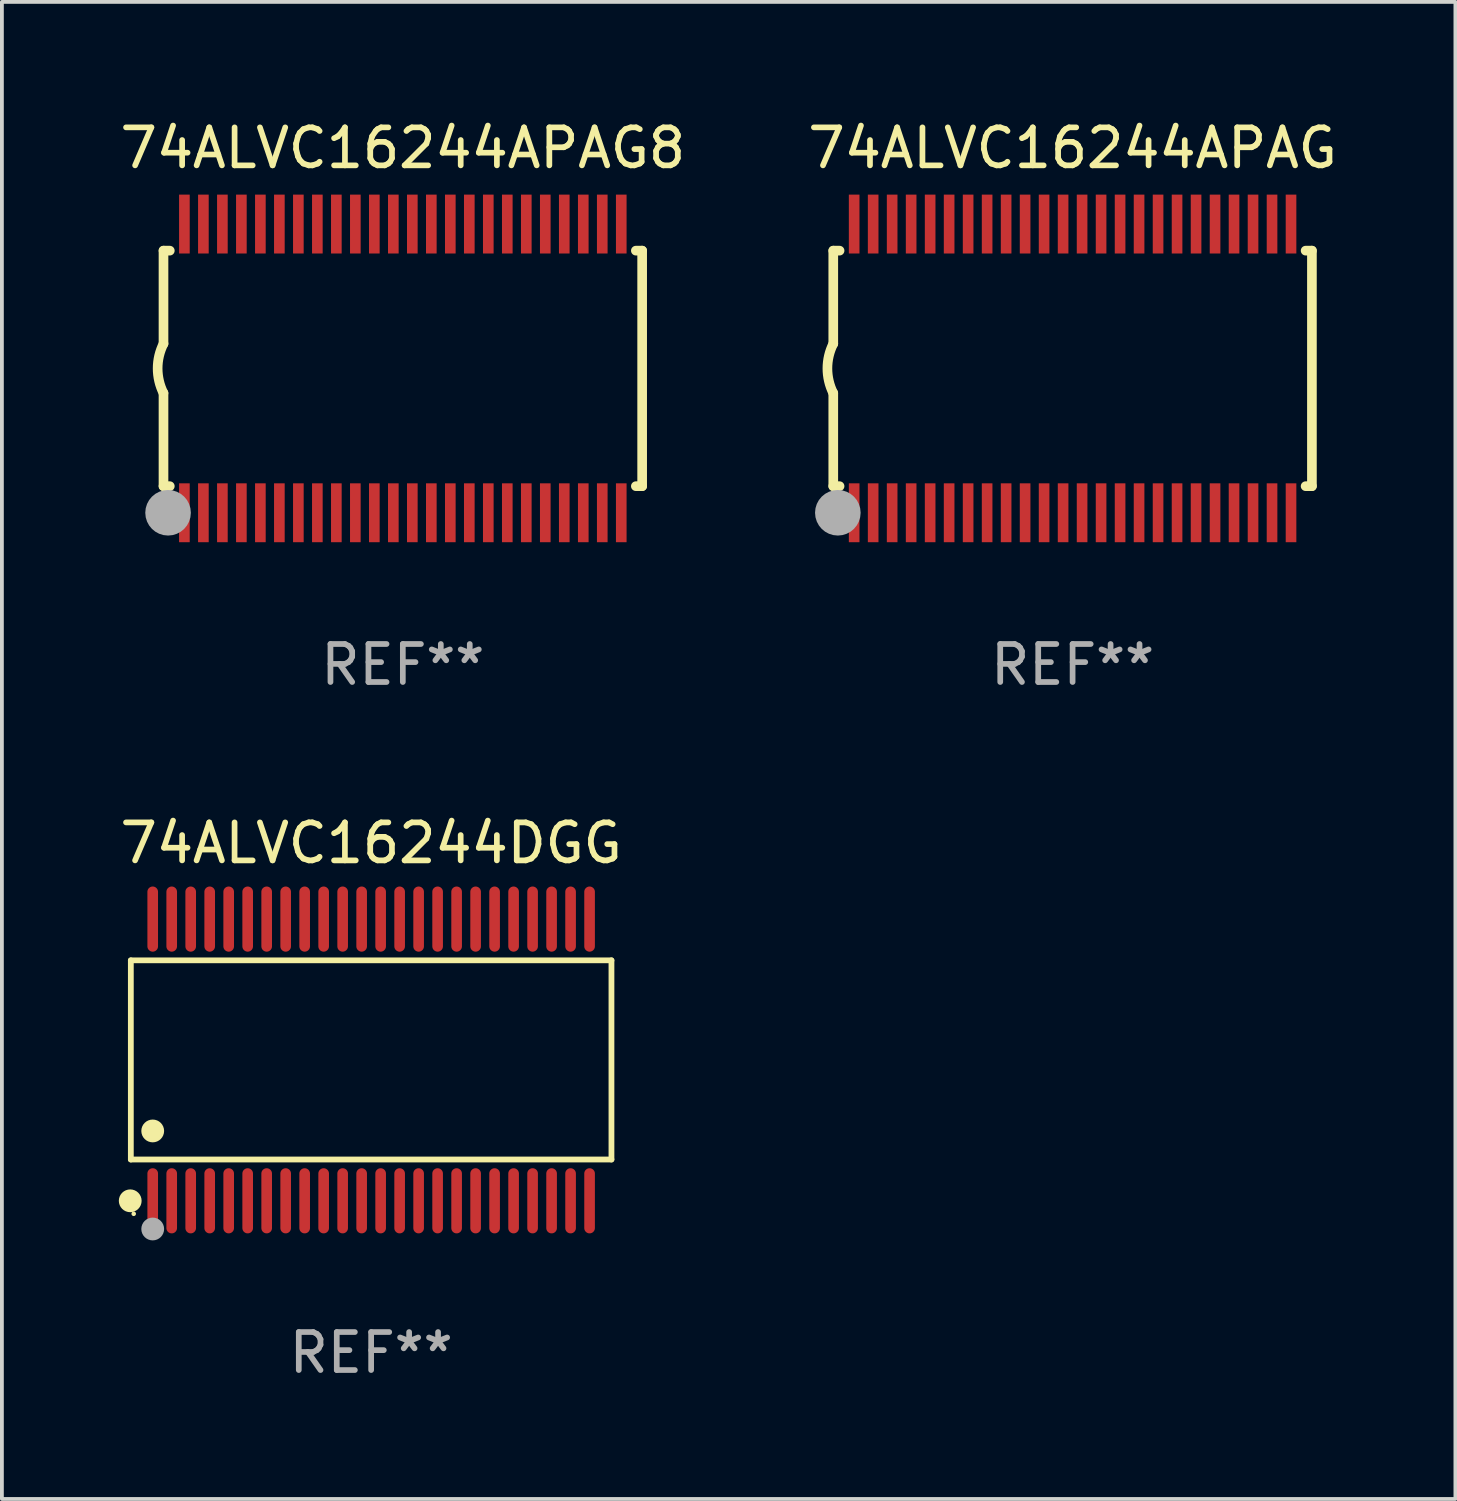
<source format=kicad_pcb>
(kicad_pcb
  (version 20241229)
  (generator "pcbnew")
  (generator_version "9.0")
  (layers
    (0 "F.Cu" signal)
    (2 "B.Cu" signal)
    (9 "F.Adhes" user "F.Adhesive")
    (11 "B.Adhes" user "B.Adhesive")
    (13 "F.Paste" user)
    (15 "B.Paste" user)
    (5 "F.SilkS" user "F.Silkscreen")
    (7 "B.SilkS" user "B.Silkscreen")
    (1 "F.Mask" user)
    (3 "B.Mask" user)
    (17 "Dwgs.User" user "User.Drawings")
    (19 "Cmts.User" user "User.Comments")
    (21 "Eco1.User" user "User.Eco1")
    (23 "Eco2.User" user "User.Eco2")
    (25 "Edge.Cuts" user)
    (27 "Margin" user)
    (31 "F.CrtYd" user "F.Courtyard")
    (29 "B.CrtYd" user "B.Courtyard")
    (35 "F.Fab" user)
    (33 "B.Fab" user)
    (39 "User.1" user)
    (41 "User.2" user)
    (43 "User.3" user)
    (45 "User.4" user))
  (footprint "74ALVC16244APAG8"
    (layer "F.Cu")
    (at 7.554 6.648)
    (property "Reference" "74ALVC16244APAG8" (at 0 -5.8 0) (layer "F.SilkS") (effects (font (size 1 1) (thickness 0.15))))
    (attr through_hole)
    (fp_line (start -6.3 -3.1) (end -6.3 -0.65) (stroke (width 0.254) (type solid)) (layer "F.SilkS"))
    (fp_line (start -6.3 -3.1) (end -6.134 -3.1) (stroke (width 0.254) (type solid)) (layer "F.SilkS"))
    (fp_line (start -6.3 3.1) (end -6.3 0.65) (stroke (width 0.254) (type solid)) (layer "F.SilkS"))
    (fp_line (start -6.3 3.1) (end -6.134 3.1) (stroke (width 0.254) (type solid)) (layer "F.SilkS"))
    (fp_line (start 6.134 -3.1) (end 6.3 -3.1) (stroke (width 0.254) (type solid)) (layer "F.SilkS"))
    (fp_line (start 6.134 3.1) (end 6.3 3.1) (stroke (width 0.254) (type solid)) (layer "F.SilkS"))
    (fp_line (start 6.3 -3.1) (end 6.3 3.1) (stroke (width 0.254) (type solid)) (layer "F.SilkS"))
    (fp_arc (start -6.301016 0.650114) (mid -6.45413 -0.000082) (end -6.3 -0.650038) (stroke (width 0.254001) (type solid)) (layer "F.SilkS"))
    (fp_circle (center -6.35 3.81) (end -6.223 3.81) (stroke (width 0.254) (type solid)) (fill no) (layer "F.SilkS"))
    (fp_circle (center -6.25 4.05) (end -6.22 4.05) (stroke (width 0.06) (type solid)) (fill no) (layer "F.SilkS"))
    (fp_circle (center -6.18 3.8) (end -5.88 3.8) (stroke (width 0.6) (type solid)) (fill no) (layer "F.Fab"))
    (fp_text user "REF**" (at 0 7.8 0) (layer "F.Fab") (effects (font (size 1 1) (thickness 0.15))))
    (pad "1" smd rect (at -5.75 3.8) (size 0.28 1.55) (layers "F.Cu" "F.Mask" "F.Paste"))
    (pad "2" smd rect (at -5.25 3.8) (size 0.28 1.55) (layers "F.Cu" "F.Mask" "F.Paste"))
    (pad "3" smd rect (at -4.75 3.8) (size 0.28 1.55) (layers "F.Cu" "F.Mask" "F.Paste"))
    (pad "4" smd rect (at -4.25 3.8) (size 0.28 1.55) (layers "F.Cu" "F.Mask" "F.Paste"))
    (pad "5" smd rect (at -3.75 3.8) (size 0.28 1.55) (layers "F.Cu" "F.Mask" "F.Paste"))
    (pad "6" smd rect (at -3.25 3.8) (size 0.28 1.55) (layers "F.Cu" "F.Mask" "F.Paste"))
    (pad "7" smd rect (at -2.75 3.8) (size 0.28 1.55) (layers "F.Cu" "F.Mask" "F.Paste"))
    (pad "8" smd rect (at -2.25 3.8) (size 0.28 1.55) (layers "F.Cu" "F.Mask" "F.Paste"))
    (pad "9" smd rect (at -1.75 3.8) (size 0.28 1.55) (layers "F.Cu" "F.Mask" "F.Paste"))
    (pad "10" smd rect (at -1.25 3.8) (size 0.28 1.55) (layers "F.Cu" "F.Mask" "F.Paste"))
    (pad "11" smd rect (at -0.75 3.8) (size 0.28 1.55) (layers "F.Cu" "F.Mask" "F.Paste"))
    (pad "12" smd rect (at -0.25 3.8) (size 0.28 1.55) (layers "F.Cu" "F.Mask" "F.Paste"))
    (pad "13" smd rect (at 0.25 3.8) (size 0.28 1.55) (layers "F.Cu" "F.Mask" "F.Paste"))
    (pad "14" smd rect (at 0.75 3.8) (size 0.28 1.55) (layers "F.Cu" "F.Mask" "F.Paste"))
    (pad "15" smd rect (at 1.25 3.8) (size 0.28 1.55) (layers "F.Cu" "F.Mask" "F.Paste"))
    (pad "16" smd rect (at 1.75 3.8) (size 0.28 1.55) (layers "F.Cu" "F.Mask" "F.Paste"))
    (pad "17" smd rect (at 2.25 3.8) (size 0.28 1.55) (layers "F.Cu" "F.Mask" "F.Paste"))
    (pad "18" smd rect (at 2.75 3.8) (size 0.28 1.55) (layers "F.Cu" "F.Mask" "F.Paste"))
    (pad "19" smd rect (at 3.25 3.8) (size 0.28 1.55) (layers "F.Cu" "F.Mask" "F.Paste"))
    (pad "20" smd rect (at 3.75 3.8) (size 0.28 1.55) (layers "F.Cu" "F.Mask" "F.Paste"))
    (pad "21" smd rect (at 4.25 3.8) (size 0.28 1.55) (layers "F.Cu" "F.Mask" "F.Paste"))
    (pad "22" smd rect (at 4.75 3.8) (size 0.28 1.55) (layers "F.Cu" "F.Mask" "F.Paste"))
    (pad "23" smd rect (at 5.25 3.8) (size 0.28 1.55) (layers "F.Cu" "F.Mask" "F.Paste"))
    (pad "24" smd rect (at 5.75 3.8) (size 0.28 1.55) (layers "F.Cu" "F.Mask" "F.Paste"))
    (pad "25" smd rect (at 5.75 -3.8) (size 0.28 1.55) (layers "F.Cu" "F.Mask" "F.Paste"))
    (pad "26" smd rect (at 5.25 -3.8) (size 0.28 1.55) (layers "F.Cu" "F.Mask" "F.Paste"))
    (pad "27" smd rect (at 4.75 -3.8) (size 0.28 1.55) (layers "F.Cu" "F.Mask" "F.Paste"))
    (pad "28" smd rect (at 4.25 -3.8) (size 0.28 1.55) (layers "F.Cu" "F.Mask" "F.Paste"))
    (pad "29" smd rect (at 3.75 -3.8) (size 0.28 1.55) (layers "F.Cu" "F.Mask" "F.Paste"))
    (pad "30" smd rect (at 3.25 -3.8) (size 0.28 1.55) (layers "F.Cu" "F.Mask" "F.Paste"))
    (pad "31" smd rect (at 2.75 -3.8) (size 0.28 1.55) (layers "F.Cu" "F.Mask" "F.Paste"))
    (pad "32" smd rect (at 2.25 -3.8) (size 0.28 1.55) (layers "F.Cu" "F.Mask" "F.Paste"))
    (pad "33" smd rect (at 1.75 -3.8) (size 0.28 1.55) (layers "F.Cu" "F.Mask" "F.Paste"))
    (pad "34" smd rect (at 1.25 -3.8) (size 0.28 1.55) (layers "F.Cu" "F.Mask" "F.Paste"))
    (pad "35" smd rect (at 0.75 -3.8) (size 0.28 1.55) (layers "F.Cu" "F.Mask" "F.Paste"))
    (pad "36" smd rect (at 0.25 -3.8) (size 0.28 1.55) (layers "F.Cu" "F.Mask" "F.Paste"))
    (pad "37" smd rect (at -0.25 -3.8) (size 0.28 1.55) (layers "F.Cu" "F.Mask" "F.Paste"))
    (pad "38" smd rect (at -0.75 -3.8) (size 0.28 1.55) (layers "F.Cu" "F.Mask" "F.Paste"))
    (pad "39" smd rect (at -1.25 -3.8) (size 0.28 1.55) (layers "F.Cu" "F.Mask" "F.Paste"))
    (pad "40" smd rect (at -1.75 -3.8) (size 0.28 1.55) (layers "F.Cu" "F.Mask" "F.Paste"))
    (pad "41" smd rect (at -2.25 -3.8) (size 0.28 1.55) (layers "F.Cu" "F.Mask" "F.Paste"))
    (pad "42" smd rect (at -2.75 -3.8) (size 0.28 1.55) (layers "F.Cu" "F.Mask" "F.Paste"))
    (pad "43" smd rect (at -3.25 -3.8) (size 0.28 1.55) (layers "F.Cu" "F.Mask" "F.Paste"))
    (pad "44" smd rect (at -3.75 -3.8) (size 0.28 1.55) (layers "F.Cu" "F.Mask" "F.Paste"))
    (pad "45" smd rect (at -4.25 -3.8) (size 0.28 1.55) (layers "F.Cu" "F.Mask" "F.Paste"))
    (pad "46" smd rect (at -4.75 -3.8) (size 0.28 1.55) (layers "F.Cu" "F.Mask" "F.Paste"))
    (pad "47" smd rect (at -5.25 -3.8) (size 0.28 1.55) (layers "F.Cu" "F.Mask" "F.Paste"))
    (pad "48" smd rect (at -5.75 -3.8) (size 0.28 1.55) (layers "F.Cu" "F.Mask" "F.Paste")))
  (footprint "74ALVC16244DGG"
    (layer "F.Cu")
    (at 6.72 24.852)
    (property "Reference" "74ALVC16244DGG" (at 0 -5.708 0) (layer "F.SilkS") (effects (font (size 1 1) (thickness 0.15))))
    (attr through_hole)
    (fp_line (start -6.326 -2.622) (end 6.326 -2.622) (stroke (width 0.152) (type solid)) (layer "F.SilkS"))
    (fp_line (start -6.326 2.621) (end -6.326 -2.622) (stroke (width 0.152) (type solid)) (layer "F.SilkS"))
    (fp_line (start 6.326 -2.622) (end 6.326 2.621) (stroke (width 0.152) (type solid)) (layer "F.SilkS"))
    (fp_line (start 6.326 2.621) (end -6.326 2.621) (stroke (width 0.152) (type solid)) (layer "F.SilkS"))
    (fp_circle (center -6.342 3.708) (end -6.192 3.708) (stroke (width 0.3) (type solid)) (fill no) (layer "F.SilkS"))
    (fp_circle (center -6.25 4.05) (end -6.22 4.05) (stroke (width 0.06) (type solid)) (fill no) (layer "F.SilkS"))
    (fp_circle (center -5.75 1.869) (end -5.6 1.869) (stroke (width 0.3) (type solid)) (fill no) (layer "F.SilkS"))
    (fp_circle (center -5.75 4.45) (end -5.6 4.45) (stroke (width 0.3) (type solid)) (fill no) (layer "F.Fab"))
    (fp_text user "REF**" (at 0 7.708 0) (layer "F.Fab") (effects (font (size 1 1) (thickness 0.15))))
    (pad "1" smd oval (at -5.75 3.708) (size 0.28 1.715) (layers "F.Cu" "F.Mask" "F.Paste"))
    (pad "2" smd oval (at -5.25 3.708) (size 0.28 1.715) (layers "F.Cu" "F.Mask" "F.Paste"))
    (pad "3" smd oval (at -4.75 3.708) (size 0.28 1.715) (layers "F.Cu" "F.Mask" "F.Paste"))
    (pad "4" smd oval (at -4.25 3.708) (size 0.28 1.715) (layers "F.Cu" "F.Mask" "F.Paste"))
    (pad "5" smd oval (at -3.75 3.708) (size 0.28 1.715) (layers "F.Cu" "F.Mask" "F.Paste"))
    (pad "6" smd oval (at -3.25 3.708) (size 0.28 1.715) (layers "F.Cu" "F.Mask" "F.Paste"))
    (pad "7" smd oval (at -2.75 3.708) (size 0.28 1.715) (layers "F.Cu" "F.Mask" "F.Paste"))
    (pad "8" smd oval (at -2.25 3.708) (size 0.28 1.715) (layers "F.Cu" "F.Mask" "F.Paste"))
    (pad "9" smd oval (at -1.75 3.708) (size 0.28 1.715) (layers "F.Cu" "F.Mask" "F.Paste"))
    (pad "10" smd oval (at -1.25 3.708) (size 0.28 1.715) (layers "F.Cu" "F.Mask" "F.Paste"))
    (pad "11" smd oval (at -0.75 3.708) (size 0.28 1.715) (layers "F.Cu" "F.Mask" "F.Paste"))
    (pad "12" smd oval (at -0.25 3.708) (size 0.28 1.715) (layers "F.Cu" "F.Mask" "F.Paste"))
    (pad "13" smd oval (at 0.25 3.708) (size 0.28 1.715) (layers "F.Cu" "F.Mask" "F.Paste"))
    (pad "14" smd oval (at 0.75 3.708) (size 0.28 1.715) (layers "F.Cu" "F.Mask" "F.Paste"))
    (pad "15" smd oval (at 1.25 3.708) (size 0.28 1.715) (layers "F.Cu" "F.Mask" "F.Paste"))
    (pad "16" smd oval (at 1.75 3.708) (size 0.28 1.715) (layers "F.Cu" "F.Mask" "F.Paste"))
    (pad "17" smd oval (at 2.25 3.708) (size 0.28 1.715) (layers "F.Cu" "F.Mask" "F.Paste"))
    (pad "18" smd oval (at 2.75 3.708) (size 0.28 1.715) (layers "F.Cu" "F.Mask" "F.Paste"))
    (pad "19" smd oval (at 3.25 3.708) (size 0.28 1.715) (layers "F.Cu" "F.Mask" "F.Paste"))
    (pad "20" smd oval (at 3.75 3.708) (size 0.28 1.715) (layers "F.Cu" "F.Mask" "F.Paste"))
    (pad "21" smd oval (at 4.25 3.708) (size 0.28 1.715) (layers "F.Cu" "F.Mask" "F.Paste"))
    (pad "22" smd oval (at 4.75 3.708) (size 0.28 1.715) (layers "F.Cu" "F.Mask" "F.Paste"))
    (pad "23" smd oval (at 5.25 3.708) (size 0.28 1.715) (layers "F.Cu" "F.Mask" "F.Paste"))
    (pad "24" smd oval (at 5.75 3.708) (size 0.28 1.715) (layers "F.Cu" "F.Mask" "F.Paste"))
    (pad "25" smd oval (at 5.75 -3.708) (size 0.28 1.715) (layers "F.Cu" "F.Mask" "F.Paste"))
    (pad "26" smd oval (at 5.25 -3.708) (size 0.28 1.715) (layers "F.Cu" "F.Mask" "F.Paste"))
    (pad "27" smd oval (at 4.75 -3.708) (size 0.28 1.715) (layers "F.Cu" "F.Mask" "F.Paste"))
    (pad "28" smd oval (at 4.25 -3.708) (size 0.28 1.715) (layers "F.Cu" "F.Mask" "F.Paste"))
    (pad "29" smd oval (at 3.75 -3.708) (size 0.28 1.715) (layers "F.Cu" "F.Mask" "F.Paste"))
    (pad "30" smd oval (at 3.25 -3.708) (size 0.28 1.715) (layers "F.Cu" "F.Mask" "F.Paste"))
    (pad "31" smd oval (at 2.75 -3.708) (size 0.28 1.715) (layers "F.Cu" "F.Mask" "F.Paste"))
    (pad "32" smd oval (at 2.25 -3.708) (size 0.28 1.715) (layers "F.Cu" "F.Mask" "F.Paste"))
    (pad "33" smd oval (at 1.75 -3.708) (size 0.28 1.715) (layers "F.Cu" "F.Mask" "F.Paste"))
    (pad "34" smd oval (at 1.25 -3.708) (size 0.28 1.715) (layers "F.Cu" "F.Mask" "F.Paste"))
    (pad "35" smd oval (at 0.75 -3.708) (size 0.28 1.715) (layers "F.Cu" "F.Mask" "F.Paste"))
    (pad "36" smd oval (at 0.25 -3.708) (size 0.28 1.715) (layers "F.Cu" "F.Mask" "F.Paste"))
    (pad "37" smd oval (at -0.25 -3.708) (size 0.28 1.715) (layers "F.Cu" "F.Mask" "F.Paste"))
    (pad "38" smd oval (at -0.75 -3.708) (size 0.28 1.715) (layers "F.Cu" "F.Mask" "F.Paste"))
    (pad "39" smd oval (at -1.25 -3.708) (size 0.28 1.715) (layers "F.Cu" "F.Mask" "F.Paste"))
    (pad "40" smd oval (at -1.75 -3.708) (size 0.28 1.715) (layers "F.Cu" "F.Mask" "F.Paste"))
    (pad "41" smd oval (at -2.25 -3.708) (size 0.28 1.715) (layers "F.Cu" "F.Mask" "F.Paste"))
    (pad "42" smd oval (at -2.75 -3.708) (size 0.28 1.715) (layers "F.Cu" "F.Mask" "F.Paste"))
    (pad "43" smd oval (at -3.25 -3.708) (size 0.28 1.715) (layers "F.Cu" "F.Mask" "F.Paste"))
    (pad "44" smd oval (at -3.75 -3.708) (size 0.28 1.715) (layers "F.Cu" "F.Mask" "F.Paste"))
    (pad "45" smd oval (at -4.25 -3.708) (size 0.28 1.715) (layers "F.Cu" "F.Mask" "F.Paste"))
    (pad "46" smd oval (at -4.75 -3.708) (size 0.28 1.715) (layers "F.Cu" "F.Mask" "F.Paste"))
    (pad "47" smd oval (at -5.25 -3.708) (size 0.28 1.715) (layers "F.Cu" "F.Mask" "F.Paste"))
    (pad "48" smd oval (at -5.75 -3.708) (size 0.28 1.715) (layers "F.Cu" "F.Mask" "F.Paste")))
  (footprint "74ALVC16244APAG"
    (layer "F.Cu")
    (at 25.185 6.648)
    (property "Reference" "74ALVC16244APAG" (at 0 -5.8 0) (layer "F.SilkS") (effects (font (size 1 1) (thickness 0.15))))
    (attr through_hole)
    (fp_line (start -6.3 -3.1) (end -6.3 -0.65) (stroke (width 0.254) (type solid)) (layer "F.SilkS"))
    (fp_line (start -6.3 -3.1) (end -6.134 -3.1) (stroke (width 0.254) (type solid)) (layer "F.SilkS"))
    (fp_line (start -6.3 3.1) (end -6.3 0.65) (stroke (width 0.254) (type solid)) (layer "F.SilkS"))
    (fp_line (start -6.3 3.1) (end -6.134 3.1) (stroke (width 0.254) (type solid)) (layer "F.SilkS"))
    (fp_line (start 6.134 -3.1) (end 6.3 -3.1) (stroke (width 0.254) (type solid)) (layer "F.SilkS"))
    (fp_line (start 6.134 3.1) (end 6.3 3.1) (stroke (width 0.254) (type solid)) (layer "F.SilkS"))
    (fp_line (start 6.3 -3.1) (end 6.3 3.1) (stroke (width 0.254) (type solid)) (layer "F.SilkS"))
    (fp_arc (start -6.301016 0.650114) (mid -6.45413 -0.000082) (end -6.3 -0.650038) (stroke (width 0.254001) (type solid)) (layer "F.SilkS"))
    (fp_circle (center -6.35 3.81) (end -6.223 3.81) (stroke (width 0.254) (type solid)) (fill no) (layer "F.SilkS"))
    (fp_circle (center -6.25 4.05) (end -6.22 4.05) (stroke (width 0.06) (type solid)) (fill no) (layer "F.SilkS"))
    (fp_circle (center -6.18 3.8) (end -5.88 3.8) (stroke (width 0.6) (type solid)) (fill no) (layer "F.Fab"))
    (fp_text user "REF**" (at 0 7.8 0) (layer "F.Fab") (effects (font (size 1 1) (thickness 0.15))))
    (pad "1" smd rect (at -5.75 3.8) (size 0.28 1.55) (layers "F.Cu" "F.Mask" "F.Paste"))
    (pad "2" smd rect (at -5.25 3.8) (size 0.28 1.55) (layers "F.Cu" "F.Mask" "F.Paste"))
    (pad "3" smd rect (at -4.75 3.8) (size 0.28 1.55) (layers "F.Cu" "F.Mask" "F.Paste"))
    (pad "4" smd rect (at -4.25 3.8) (size 0.28 1.55) (layers "F.Cu" "F.Mask" "F.Paste"))
    (pad "5" smd rect (at -3.75 3.8) (size 0.28 1.55) (layers "F.Cu" "F.Mask" "F.Paste"))
    (pad "6" smd rect (at -3.25 3.8) (size 0.28 1.55) (layers "F.Cu" "F.Mask" "F.Paste"))
    (pad "7" smd rect (at -2.75 3.8) (size 0.28 1.55) (layers "F.Cu" "F.Mask" "F.Paste"))
    (pad "8" smd rect (at -2.25 3.8) (size 0.28 1.55) (layers "F.Cu" "F.Mask" "F.Paste"))
    (pad "9" smd rect (at -1.75 3.8) (size 0.28 1.55) (layers "F.Cu" "F.Mask" "F.Paste"))
    (pad "10" smd rect (at -1.25 3.8) (size 0.28 1.55) (layers "F.Cu" "F.Mask" "F.Paste"))
    (pad "11" smd rect (at -0.75 3.8) (size 0.28 1.55) (layers "F.Cu" "F.Mask" "F.Paste"))
    (pad "12" smd rect (at -0.25 3.8) (size 0.28 1.55) (layers "F.Cu" "F.Mask" "F.Paste"))
    (pad "13" smd rect (at 0.25 3.8) (size 0.28 1.55) (layers "F.Cu" "F.Mask" "F.Paste"))
    (pad "14" smd rect (at 0.75 3.8) (size 0.28 1.55) (layers "F.Cu" "F.Mask" "F.Paste"))
    (pad "15" smd rect (at 1.25 3.8) (size 0.28 1.55) (layers "F.Cu" "F.Mask" "F.Paste"))
    (pad "16" smd rect (at 1.75 3.8) (size 0.28 1.55) (layers "F.Cu" "F.Mask" "F.Paste"))
    (pad "17" smd rect (at 2.25 3.8) (size 0.28 1.55) (layers "F.Cu" "F.Mask" "F.Paste"))
    (pad "18" smd rect (at 2.75 3.8) (size 0.28 1.55) (layers "F.Cu" "F.Mask" "F.Paste"))
    (pad "19" smd rect (at 3.25 3.8) (size 0.28 1.55) (layers "F.Cu" "F.Mask" "F.Paste"))
    (pad "20" smd rect (at 3.75 3.8) (size 0.28 1.55) (layers "F.Cu" "F.Mask" "F.Paste"))
    (pad "21" smd rect (at 4.25 3.8) (size 0.28 1.55) (layers "F.Cu" "F.Mask" "F.Paste"))
    (pad "22" smd rect (at 4.75 3.8) (size 0.28 1.55) (layers "F.Cu" "F.Mask" "F.Paste"))
    (pad "23" smd rect (at 5.25 3.8) (size 0.28 1.55) (layers "F.Cu" "F.Mask" "F.Paste"))
    (pad "24" smd rect (at 5.75 3.8) (size 0.28 1.55) (layers "F.Cu" "F.Mask" "F.Paste"))
    (pad "25" smd rect (at 5.75 -3.8) (size 0.28 1.55) (layers "F.Cu" "F.Mask" "F.Paste"))
    (pad "26" smd rect (at 5.25 -3.8) (size 0.28 1.55) (layers "F.Cu" "F.Mask" "F.Paste"))
    (pad "27" smd rect (at 4.75 -3.8) (size 0.28 1.55) (layers "F.Cu" "F.Mask" "F.Paste"))
    (pad "28" smd rect (at 4.25 -3.8) (size 0.28 1.55) (layers "F.Cu" "F.Mask" "F.Paste"))
    (pad "29" smd rect (at 3.75 -3.8) (size 0.28 1.55) (layers "F.Cu" "F.Mask" "F.Paste"))
    (pad "30" smd rect (at 3.25 -3.8) (size 0.28 1.55) (layers "F.Cu" "F.Mask" "F.Paste"))
    (pad "31" smd rect (at 2.75 -3.8) (size 0.28 1.55) (layers "F.Cu" "F.Mask" "F.Paste"))
    (pad "32" smd rect (at 2.25 -3.8) (size 0.28 1.55) (layers "F.Cu" "F.Mask" "F.Paste"))
    (pad "33" smd rect (at 1.75 -3.8) (size 0.28 1.55) (layers "F.Cu" "F.Mask" "F.Paste"))
    (pad "34" smd rect (at 1.25 -3.8) (size 0.28 1.55) (layers "F.Cu" "F.Mask" "F.Paste"))
    (pad "35" smd rect (at 0.75 -3.8) (size 0.28 1.55) (layers "F.Cu" "F.Mask" "F.Paste"))
    (pad "36" smd rect (at 0.25 -3.8) (size 0.28 1.55) (layers "F.Cu" "F.Mask" "F.Paste"))
    (pad "37" smd rect (at -0.25 -3.8) (size 0.28 1.55) (layers "F.Cu" "F.Mask" "F.Paste"))
    (pad "38" smd rect (at -0.75 -3.8) (size 0.28 1.55) (layers "F.Cu" "F.Mask" "F.Paste"))
    (pad "39" smd rect (at -1.25 -3.8) (size 0.28 1.55) (layers "F.Cu" "F.Mask" "F.Paste"))
    (pad "40" smd rect (at -1.75 -3.8) (size 0.28 1.55) (layers "F.Cu" "F.Mask" "F.Paste"))
    (pad "41" smd rect (at -2.25 -3.8) (size 0.28 1.55) (layers "F.Cu" "F.Mask" "F.Paste"))
    (pad "42" smd rect (at -2.75 -3.8) (size 0.28 1.55) (layers "F.Cu" "F.Mask" "F.Paste"))
    (pad "43" smd rect (at -3.25 -3.8) (size 0.28 1.55) (layers "F.Cu" "F.Mask" "F.Paste"))
    (pad "44" smd rect (at -3.75 -3.8) (size 0.28 1.55) (layers "F.Cu" "F.Mask" "F.Paste"))
    (pad "45" smd rect (at -4.25 -3.8) (size 0.28 1.55) (layers "F.Cu" "F.Mask" "F.Paste"))
    (pad "46" smd rect (at -4.75 -3.8) (size 0.28 1.55) (layers "F.Cu" "F.Mask" "F.Paste"))
    (pad "47" smd rect (at -5.25 -3.8) (size 0.28 1.55) (layers "F.Cu" "F.Mask" "F.Paste"))
    (pad "48" smd rect (at -5.75 -3.8) (size 0.28 1.55) (layers "F.Cu" "F.Mask" "F.Paste")))
  (gr_rect
    (start -3 -3)
    (end 35.262 36.408)
    (stroke (width 0.1) (type default))
    (fill no)
    (layer "Edge.Cuts")))
</source>
